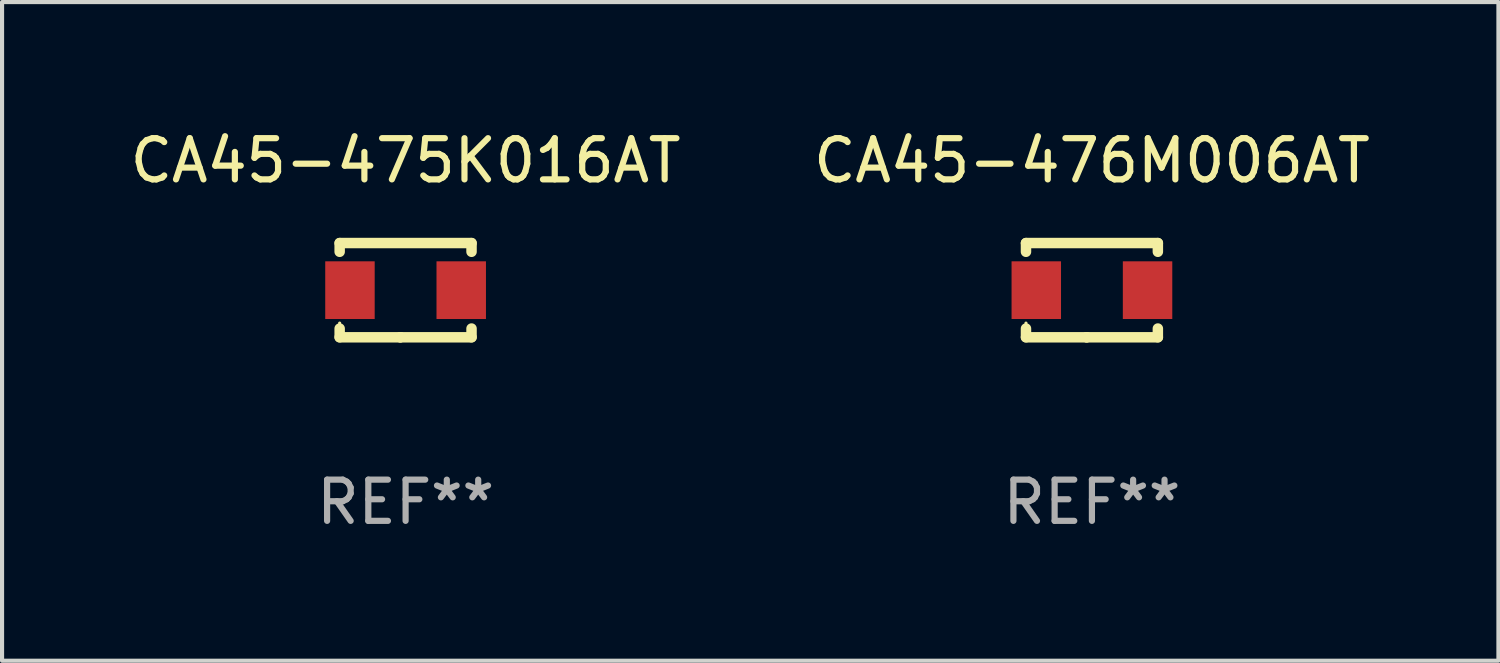
<source format=kicad_pcb>
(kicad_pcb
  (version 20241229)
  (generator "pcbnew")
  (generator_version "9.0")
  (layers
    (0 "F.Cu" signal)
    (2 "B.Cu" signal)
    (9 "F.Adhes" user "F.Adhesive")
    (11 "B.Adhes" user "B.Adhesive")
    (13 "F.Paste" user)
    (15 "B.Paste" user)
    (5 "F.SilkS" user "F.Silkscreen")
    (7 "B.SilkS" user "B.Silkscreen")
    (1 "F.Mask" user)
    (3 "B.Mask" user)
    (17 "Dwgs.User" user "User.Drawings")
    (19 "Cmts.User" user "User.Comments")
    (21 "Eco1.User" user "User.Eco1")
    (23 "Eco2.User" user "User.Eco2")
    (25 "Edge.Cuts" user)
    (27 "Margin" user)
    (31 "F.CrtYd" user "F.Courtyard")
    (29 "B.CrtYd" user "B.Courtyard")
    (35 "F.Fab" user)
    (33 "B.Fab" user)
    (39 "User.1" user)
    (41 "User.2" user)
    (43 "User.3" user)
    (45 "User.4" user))
  (footprint "CA45-476M006AT"
    (layer "F.Cu")
    (at 23.446 3.991)
    (property "Reference" "CA45-476M006AT" (at 0 -3.143 0) (layer "F.SilkS") (effects (font (size 1 1) (thickness 0.15))))
    (attr through_hole)
    (fp_line (start -1.6 1.143) (end -0.128 1.143) (stroke (width 0.254) (type solid)) (layer "F.SilkS"))
    (fp_line (start -1.6 -1.143) (end -1.6 -0.931) (stroke (width 0.254) (type solid)) (layer "F.SilkS"))
    (fp_line (start -1.6 -1.143) (end 1.6 -1.143) (stroke (width 0.254) (type solid)) (layer "F.SilkS"))
    (fp_line (start -1.6 0.931) (end -1.6 1.143) (stroke (width 0.254) (type solid)) (layer "F.SilkS"))
    (fp_line (start -0.128 1.143) (end -0.128 1.143) (stroke (width 0.254) (type solid)) (layer "F.SilkS"))
    (fp_line (start -0.128 1.143) (end 1.6 1.143) (stroke (width 0.254) (type solid)) (layer "F.SilkS"))
    (fp_line (start 1.6 -1.143) (end 1.6 -0.931) (stroke (width 0.254) (type solid)) (layer "F.SilkS"))
    (fp_line (start 1.6 0.931) (end 1.6 1.143) (stroke (width 0.254) (type solid)) (layer "F.SilkS"))
    (fp_circle (center -1.6 0.8) (end -1.58 0.8) (stroke (width 0.04) (type solid)) (fill no) (layer "F.SilkS"))
    (fp_text user "REF**" (at 0 5.143 0) (layer "F.Fab") (effects (font (size 1 1) (thickness 0.15))))
    (pad "1" smd rect (at -1.35 0) (size 1.2 1.4) (layers "F.Cu" "F.Mask" "F.Paste"))
    (pad "2" smd rect (at 1.35 0) (size 1.2 1.4) (layers "F.Cu" "F.Mask" "F.Paste")))
  (footprint "CA45-475K016AT"
    (layer "F.Cu")
    (at 6.792 3.991)
    (property "Reference" "CA45-475K016AT" (at 0 -3.143 0) (layer "F.SilkS") (effects (font (size 1 1) (thickness 0.15))))
    (attr through_hole)
    (fp_line (start -1.6 1.143) (end -0.128 1.143) (stroke (width 0.254) (type solid)) (layer "F.SilkS"))
    (fp_line (start -1.6 -1.143) (end -1.6 -0.931) (stroke (width 0.254) (type solid)) (layer "F.SilkS"))
    (fp_line (start -1.6 -1.143) (end 1.6 -1.143) (stroke (width 0.254) (type solid)) (layer "F.SilkS"))
    (fp_line (start -1.6 0.931) (end -1.6 1.143) (stroke (width 0.254) (type solid)) (layer "F.SilkS"))
    (fp_line (start -0.128 1.143) (end -0.128 1.143) (stroke (width 0.254) (type solid)) (layer "F.SilkS"))
    (fp_line (start -0.128 1.143) (end 1.6 1.143) (stroke (width 0.254) (type solid)) (layer "F.SilkS"))
    (fp_line (start 1.6 -1.143) (end 1.6 -0.931) (stroke (width 0.254) (type solid)) (layer "F.SilkS"))
    (fp_line (start 1.6 0.931) (end 1.6 1.143) (stroke (width 0.254) (type solid)) (layer "F.SilkS"))
    (fp_circle (center -1.6 0.8) (end -1.58 0.8) (stroke (width 0.04) (type solid)) (fill no) (layer "F.SilkS"))
    (fp_text user "REF**" (at 0 5.143 0) (layer "F.Fab") (effects (font (size 1 1) (thickness 0.15))))
    (pad "1" smd rect (at -1.35 0) (size 1.2 1.4) (layers "F.Cu" "F.Mask" "F.Paste"))
    (pad "2" smd rect (at 1.35 0) (size 1.2 1.4) (layers "F.Cu" "F.Mask" "F.Paste")))
  (gr_rect
    (start -3 -3)
    (end 33.31 12.983)
    (stroke (width 0.1) (type default))
    (fill no)
    (layer "Edge.Cuts")))
</source>
